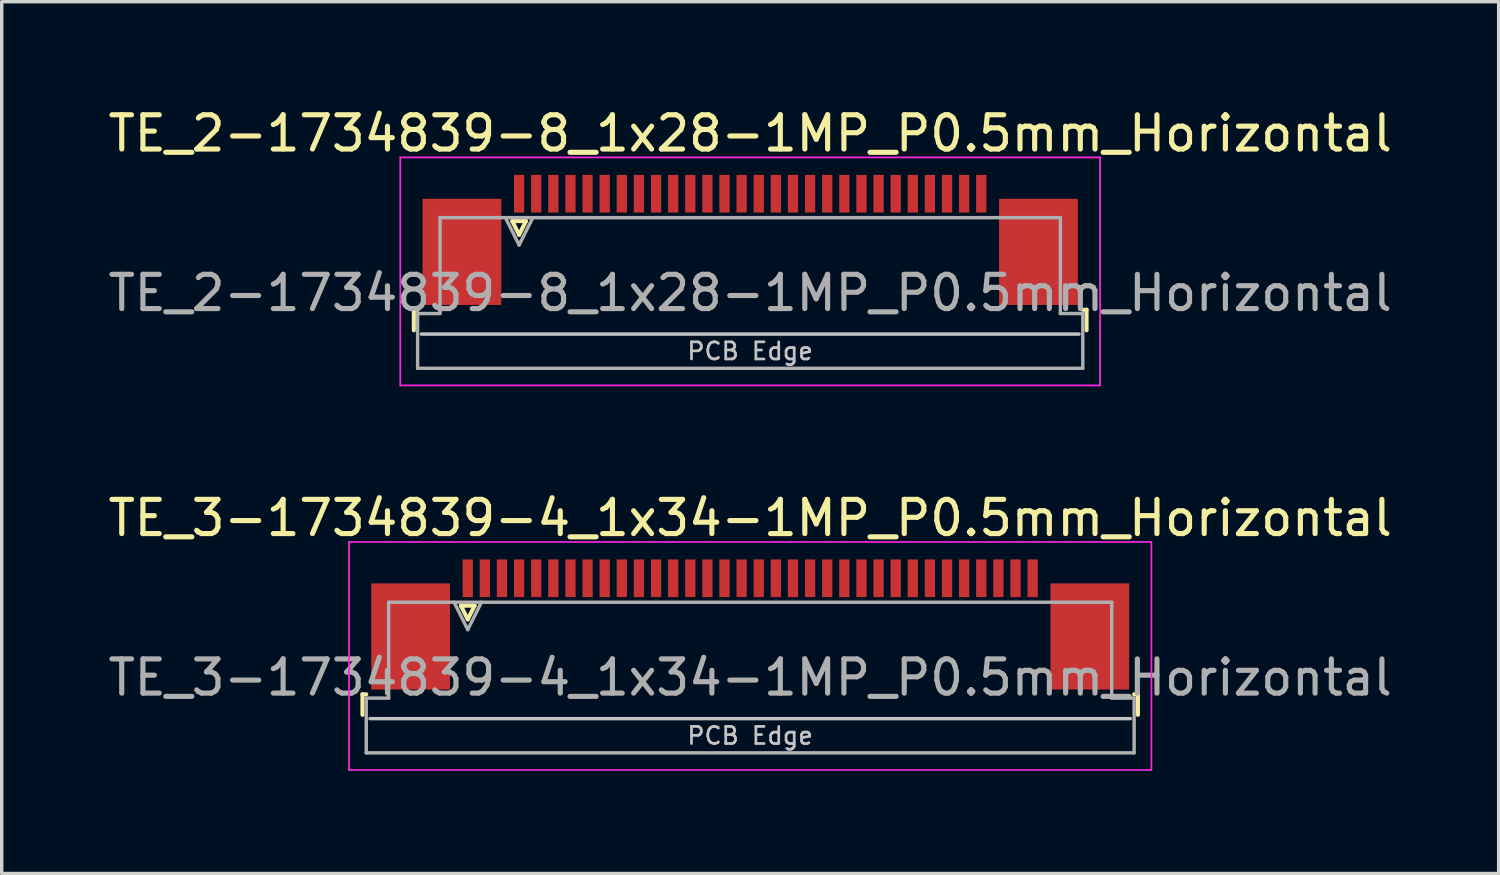
<source format=kicad_pcb>
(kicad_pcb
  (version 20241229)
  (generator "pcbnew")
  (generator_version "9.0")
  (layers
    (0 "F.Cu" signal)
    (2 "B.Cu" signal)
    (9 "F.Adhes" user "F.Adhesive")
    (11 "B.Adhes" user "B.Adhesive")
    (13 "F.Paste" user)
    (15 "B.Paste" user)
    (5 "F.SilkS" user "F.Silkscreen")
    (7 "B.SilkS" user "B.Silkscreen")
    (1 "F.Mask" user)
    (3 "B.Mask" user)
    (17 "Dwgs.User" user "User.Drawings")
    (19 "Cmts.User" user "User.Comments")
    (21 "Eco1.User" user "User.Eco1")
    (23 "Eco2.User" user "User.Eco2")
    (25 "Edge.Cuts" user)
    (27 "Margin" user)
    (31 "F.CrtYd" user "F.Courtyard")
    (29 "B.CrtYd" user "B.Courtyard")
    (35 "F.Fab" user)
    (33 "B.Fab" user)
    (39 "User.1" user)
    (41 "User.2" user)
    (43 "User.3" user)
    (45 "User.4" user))
  (footprint "TE_2-1734839-8_1x28-1MP_P0.5mm_Horizontal"
    (layer "F.Cu")
    (at 18.863 3.958)
    (property "Reference" "TE_2-1734839-8_1x28-1MP_P0.5mm_Horizontal" (at 0 -3.11 0) (layer "F.SilkS") (effects (font (size 1 1) (thickness 0.15))))
    (attr smd)
    (fp_line (start -9.825 2.04) (end -9.825 2.64) (stroke (width 0.12) (type solid)) (layer "F.SilkS"))
    (fp_line (start -9.715 2.04) (end -9.825 2.04) (stroke (width 0.12) (type solid)) (layer "F.SilkS"))
    (fp_line (start -6.95 -0.55) (end -6.75 -0.15) (stroke (width 0.12) (type solid)) (layer "F.SilkS"))
    (fp_line (start -6.75 -0.15) (end -6.55 -0.55) (stroke (width 0.12) (type solid)) (layer "F.SilkS"))
    (fp_line (start -6.55 -0.55) (end -6.95 -0.55) (stroke (width 0.12) (type solid)) (layer "F.SilkS"))
    (fp_line (start 9.715 2.04) (end 9.825 2.04) (stroke (width 0.12) (type solid)) (layer "F.SilkS"))
    (fp_line (start 9.825 2.04) (end 9.825 2.64) (stroke (width 0.12) (type solid)) (layer "F.SilkS"))
    (fp_line (start 9.605 2.75) (end -9.605 2.75) (stroke (width 0.1) (type solid)) (layer "Dwgs.User"))
    (fp_line (start -10.22 -2.41) (end -10.22 4.25) (stroke (width 0.05) (type solid)) (layer "F.CrtYd"))
    (fp_line (start -10.22 4.25) (end 10.22 4.25) (stroke (width 0.05) (type solid)) (layer "F.CrtYd"))
    (fp_line (start 10.22 -2.41) (end -10.22 -2.41) (stroke (width 0.05) (type solid)) (layer "F.CrtYd"))
    (fp_line (start 10.22 4.25) (end 10.22 -2.41) (stroke (width 0.05) (type solid)) (layer "F.CrtYd"))
    (fp_line (start -9.715 2.15) (end -9.06 2.15) (stroke (width 0.1) (type solid)) (layer "F.Fab"))
    (fp_line (start -9.715 3.75) (end -9.715 2.15) (stroke (width 0.1) (type solid)) (layer "F.Fab"))
    (fp_line (start -9.06 -0.65) (end 9.06 -0.65) (stroke (width 0.1) (type solid)) (layer "F.Fab"))
    (fp_line (start -9.06 2.15) (end -9.06 -0.65) (stroke (width 0.1) (type solid)) (layer "F.Fab"))
    (fp_line (start -7.15 -0.65) (end -6.75 0.15) (stroke (width 0.1) (type solid)) (layer "F.Fab"))
    (fp_line (start -6.75 0.15) (end -6.35 -0.65) (stroke (width 0.1) (type solid)) (layer "F.Fab"))
    (fp_line (start 9.06 -0.65) (end 9.06 2.15) (stroke (width 0.1) (type solid)) (layer "F.Fab"))
    (fp_line (start 9.06 2.15) (end 9.715 2.15) (stroke (width 0.1) (type solid)) (layer "F.Fab"))
    (fp_line (start 9.715 2.15) (end 9.715 3.75) (stroke (width 0.1) (type solid)) (layer "F.Fab"))
    (fp_line (start 9.715 3.75) (end -9.715 3.75) (stroke (width 0.1) (type solid)) (layer "F.Fab"))
    (fp_text user "PCB Edge" (at 0 3.25 0) (layer "Dwgs.User") (effects (font (size 0.5 0.5) (thickness 0.08))))
    (fp_text user "${REFERENCE}" (at 0 1.55 0) (layer "F.Fab") (effects (font (size 1 1) (thickness 0.15))))
    (pad "1" smd rect (at -6.75 -1.35) (size 0.3 1.1) (layers "F.Cu" "F.Mask" "F.Paste"))
    (pad "2" smd rect (at -6.25 -1.35) (size 0.3 1.1) (layers "F.Cu" "F.Mask" "F.Paste"))
    (pad "3" smd rect (at -5.75 -1.35) (size 0.3 1.1) (layers "F.Cu" "F.Mask" "F.Paste"))
    (pad "4" smd rect (at -5.25 -1.35) (size 0.3 1.1) (layers "F.Cu" "F.Mask" "F.Paste"))
    (pad "5" smd rect (at -4.75 -1.35) (size 0.3 1.1) (layers "F.Cu" "F.Mask" "F.Paste"))
    (pad "6" smd rect (at -4.25 -1.35) (size 0.3 1.1) (layers "F.Cu" "F.Mask" "F.Paste"))
    (pad "7" smd rect (at -3.75 -1.35) (size 0.3 1.1) (layers "F.Cu" "F.Mask" "F.Paste"))
    (pad "8" smd rect (at -3.25 -1.35) (size 0.3 1.1) (layers "F.Cu" "F.Mask" "F.Paste"))
    (pad "9" smd rect (at -2.75 -1.35) (size 0.3 1.1) (layers "F.Cu" "F.Mask" "F.Paste"))
    (pad "10" smd rect (at -2.25 -1.35) (size 0.3 1.1) (layers "F.Cu" "F.Mask" "F.Paste"))
    (pad "11" smd rect (at -1.75 -1.35) (size 0.3 1.1) (layers "F.Cu" "F.Mask" "F.Paste"))
    (pad "12" smd rect (at -1.25 -1.35) (size 0.3 1.1) (layers "F.Cu" "F.Mask" "F.Paste"))
    (pad "13" smd rect (at -0.75 -1.35) (size 0.3 1.1) (layers "F.Cu" "F.Mask" "F.Paste"))
    (pad "14" smd rect (at -0.25 -1.35) (size 0.3 1.1) (layers "F.Cu" "F.Mask" "F.Paste"))
    (pad "15" smd rect (at 0.25 -1.35) (size 0.3 1.1) (layers "F.Cu" "F.Mask" "F.Paste"))
    (pad "16" smd rect (at 0.75 -1.35) (size 0.3 1.1) (layers "F.Cu" "F.Mask" "F.Paste"))
    (pad "17" smd rect (at 1.25 -1.35) (size 0.3 1.1) (layers "F.Cu" "F.Mask" "F.Paste"))
    (pad "18" smd rect (at 1.75 -1.35) (size 0.3 1.1) (layers "F.Cu" "F.Mask" "F.Paste"))
    (pad "19" smd rect (at 2.25 -1.35) (size 0.3 1.1) (layers "F.Cu" "F.Mask" "F.Paste"))
    (pad "20" smd rect (at 2.75 -1.35) (size 0.3 1.1) (layers "F.Cu" "F.Mask" "F.Paste"))
    (pad "21" smd rect (at 3.25 -1.35) (size 0.3 1.1) (layers "F.Cu" "F.Mask" "F.Paste"))
    (pad "22" smd rect (at 3.75 -1.35) (size 0.3 1.1) (layers "F.Cu" "F.Mask" "F.Paste"))
    (pad "23" smd rect (at 4.25 -1.35) (size 0.3 1.1) (layers "F.Cu" "F.Mask" "F.Paste"))
    (pad "24" smd rect (at 4.75 -1.35) (size 0.3 1.1) (layers "F.Cu" "F.Mask" "F.Paste"))
    (pad "25" smd rect (at 5.25 -1.35) (size 0.3 1.1) (layers "F.Cu" "F.Mask" "F.Paste"))
    (pad "26" smd rect (at 5.75 -1.35) (size 0.3 1.1) (layers "F.Cu" "F.Mask" "F.Paste"))
    (pad "27" smd rect (at 6.25 -1.35) (size 0.3 1.1) (layers "F.Cu" "F.Mask" "F.Paste"))
    (pad "28" smd rect (at 6.75 -1.35) (size 0.3 1.1) (layers "F.Cu" "F.Mask" "F.Paste"))
    (pad "MP" smd rect (at -8.42 0.35) (size 2.3 3.1) (layers "F.Cu" "F.Mask" "F.Paste"))
    (pad "MP" smd rect (at 8.42 0.35) (size 2.3 3.1) (layers "F.Cu" "F.Mask" "F.Paste")))
  (footprint "TE_3-1734839-4_1x34-1MP_P0.5mm_Horizontal"
    (layer "F.Cu")
    (at 18.863 15.191)
    (property "Reference" "TE_3-1734839-4_1x34-1MP_P0.5mm_Horizontal" (at 0 -3.11 0) (layer "F.SilkS") (effects (font (size 1 1) (thickness 0.15))))
    (attr smd)
    (fp_line (start -11.325 2.04) (end -11.325 2.64) (stroke (width 0.12) (type solid)) (layer "F.SilkS"))
    (fp_line (start -11.215 2.04) (end -11.325 2.04) (stroke (width 0.12) (type solid)) (layer "F.SilkS"))
    (fp_line (start -8.45 -0.55) (end -8.25 -0.15) (stroke (width 0.12) (type solid)) (layer "F.SilkS"))
    (fp_line (start -8.25 -0.15) (end -8.05 -0.55) (stroke (width 0.12) (type solid)) (layer "F.SilkS"))
    (fp_line (start -8.05 -0.55) (end -8.45 -0.55) (stroke (width 0.12) (type solid)) (layer "F.SilkS"))
    (fp_line (start 11.215 2.04) (end 11.325 2.04) (stroke (width 0.12) (type solid)) (layer "F.SilkS"))
    (fp_line (start 11.325 2.04) (end 11.325 2.64) (stroke (width 0.12) (type solid)) (layer "F.SilkS"))
    (fp_line (start 11.105 2.75) (end -11.105 2.75) (stroke (width 0.1) (type solid)) (layer "Dwgs.User"))
    (fp_line (start -11.72 -2.41) (end -11.72 4.25) (stroke (width 0.05) (type solid)) (layer "F.CrtYd"))
    (fp_line (start -11.72 4.25) (end 11.72 4.25) (stroke (width 0.05) (type solid)) (layer "F.CrtYd"))
    (fp_line (start 11.72 -2.41) (end -11.72 -2.41) (stroke (width 0.05) (type solid)) (layer "F.CrtYd"))
    (fp_line (start 11.72 4.25) (end 11.72 -2.41) (stroke (width 0.05) (type solid)) (layer "F.CrtYd"))
    (fp_line (start -11.215 2.15) (end -10.56 2.15) (stroke (width 0.1) (type solid)) (layer "F.Fab"))
    (fp_line (start -11.215 3.75) (end -11.215 2.15) (stroke (width 0.1) (type solid)) (layer "F.Fab"))
    (fp_line (start -10.56 -0.65) (end 10.56 -0.65) (stroke (width 0.1) (type solid)) (layer "F.Fab"))
    (fp_line (start -10.56 2.15) (end -10.56 -0.65) (stroke (width 0.1) (type solid)) (layer "F.Fab"))
    (fp_line (start -8.65 -0.65) (end -8.25 0.15) (stroke (width 0.1) (type solid)) (layer "F.Fab"))
    (fp_line (start -8.25 0.15) (end -7.85 -0.65) (stroke (width 0.1) (type solid)) (layer "F.Fab"))
    (fp_line (start 10.56 -0.65) (end 10.56 2.15) (stroke (width 0.1) (type solid)) (layer "F.Fab"))
    (fp_line (start 10.56 2.15) (end 11.215 2.15) (stroke (width 0.1) (type solid)) (layer "F.Fab"))
    (fp_line (start 11.215 2.15) (end 11.215 3.75) (stroke (width 0.1) (type solid)) (layer "F.Fab"))
    (fp_line (start 11.215 3.75) (end -11.215 3.75) (stroke (width 0.1) (type solid)) (layer "F.Fab"))
    (fp_text user "PCB Edge" (at 0 3.25 0) (layer "Dwgs.User") (effects (font (size 0.5 0.5) (thickness 0.08))))
    (fp_text user "${REFERENCE}" (at 0 1.55 0) (layer "F.Fab") (effects (font (size 1 1) (thickness 0.15))))
    (pad "1" smd rect (at -8.25 -1.35) (size 0.3 1.1) (layers "F.Cu" "F.Mask" "F.Paste"))
    (pad "2" smd rect (at -7.75 -1.35) (size 0.3 1.1) (layers "F.Cu" "F.Mask" "F.Paste"))
    (pad "3" smd rect (at -7.25 -1.35) (size 0.3 1.1) (layers "F.Cu" "F.Mask" "F.Paste"))
    (pad "4" smd rect (at -6.75 -1.35) (size 0.3 1.1) (layers "F.Cu" "F.Mask" "F.Paste"))
    (pad "5" smd rect (at -6.25 -1.35) (size 0.3 1.1) (layers "F.Cu" "F.Mask" "F.Paste"))
    (pad "6" smd rect (at -5.75 -1.35) (size 0.3 1.1) (layers "F.Cu" "F.Mask" "F.Paste"))
    (pad "7" smd rect (at -5.25 -1.35) (size 0.3 1.1) (layers "F.Cu" "F.Mask" "F.Paste"))
    (pad "8" smd rect (at -4.75 -1.35) (size 0.3 1.1) (layers "F.Cu" "F.Mask" "F.Paste"))
    (pad "9" smd rect (at -4.25 -1.35) (size 0.3 1.1) (layers "F.Cu" "F.Mask" "F.Paste"))
    (pad "10" smd rect (at -3.75 -1.35) (size 0.3 1.1) (layers "F.Cu" "F.Mask" "F.Paste"))
    (pad "11" smd rect (at -3.25 -1.35) (size 0.3 1.1) (layers "F.Cu" "F.Mask" "F.Paste"))
    (pad "12" smd rect (at -2.75 -1.35) (size 0.3 1.1) (layers "F.Cu" "F.Mask" "F.Paste"))
    (pad "13" smd rect (at -2.25 -1.35) (size 0.3 1.1) (layers "F.Cu" "F.Mask" "F.Paste"))
    (pad "14" smd rect (at -1.75 -1.35) (size 0.3 1.1) (layers "F.Cu" "F.Mask" "F.Paste"))
    (pad "15" smd rect (at -1.25 -1.35) (size 0.3 1.1) (layers "F.Cu" "F.Mask" "F.Paste"))
    (pad "16" smd rect (at -0.75 -1.35) (size 0.3 1.1) (layers "F.Cu" "F.Mask" "F.Paste"))
    (pad "17" smd rect (at -0.25 -1.35) (size 0.3 1.1) (layers "F.Cu" "F.Mask" "F.Paste"))
    (pad "18" smd rect (at 0.25 -1.35) (size 0.3 1.1) (layers "F.Cu" "F.Mask" "F.Paste"))
    (pad "19" smd rect (at 0.75 -1.35) (size 0.3 1.1) (layers "F.Cu" "F.Mask" "F.Paste"))
    (pad "20" smd rect (at 1.25 -1.35) (size 0.3 1.1) (layers "F.Cu" "F.Mask" "F.Paste"))
    (pad "21" smd rect (at 1.75 -1.35) (size 0.3 1.1) (layers "F.Cu" "F.Mask" "F.Paste"))
    (pad "22" smd rect (at 2.25 -1.35) (size 0.3 1.1) (layers "F.Cu" "F.Mask" "F.Paste"))
    (pad "23" smd rect (at 2.75 -1.35) (size 0.3 1.1) (layers "F.Cu" "F.Mask" "F.Paste"))
    (pad "24" smd rect (at 3.25 -1.35) (size 0.3 1.1) (layers "F.Cu" "F.Mask" "F.Paste"))
    (pad "25" smd rect (at 3.75 -1.35) (size 0.3 1.1) (layers "F.Cu" "F.Mask" "F.Paste"))
    (pad "26" smd rect (at 4.25 -1.35) (size 0.3 1.1) (layers "F.Cu" "F.Mask" "F.Paste"))
    (pad "27" smd rect (at 4.75 -1.35) (size 0.3 1.1) (layers "F.Cu" "F.Mask" "F.Paste"))
    (pad "28" smd rect (at 5.25 -1.35) (size 0.3 1.1) (layers "F.Cu" "F.Mask" "F.Paste"))
    (pad "29" smd rect (at 5.75 -1.35) (size 0.3 1.1) (layers "F.Cu" "F.Mask" "F.Paste"))
    (pad "30" smd rect (at 6.25 -1.35) (size 0.3 1.1) (layers "F.Cu" "F.Mask" "F.Paste"))
    (pad "31" smd rect (at 6.75 -1.35) (size 0.3 1.1) (layers "F.Cu" "F.Mask" "F.Paste"))
    (pad "32" smd rect (at 7.25 -1.35) (size 0.3 1.1) (layers "F.Cu" "F.Mask" "F.Paste"))
    (pad "33" smd rect (at 7.75 -1.35) (size 0.3 1.1) (layers "F.Cu" "F.Mask" "F.Paste"))
    (pad "34" smd rect (at 8.25 -1.35) (size 0.3 1.1) (layers "F.Cu" "F.Mask" "F.Paste"))
    (pad "MP" smd rect (at -9.92 0.35) (size 2.3 3.1) (layers "F.Cu" "F.Mask" "F.Paste"))
    (pad "MP" smd rect (at 9.92 0.35) (size 2.3 3.1) (layers "F.Cu" "F.Mask" "F.Paste")))
  (gr_rect
    (start -3 -3)
    (end 40.726 22.466)
    (stroke (width 0.1) (type default))
    (fill no)
    (layer "Edge.Cuts")))
</source>
